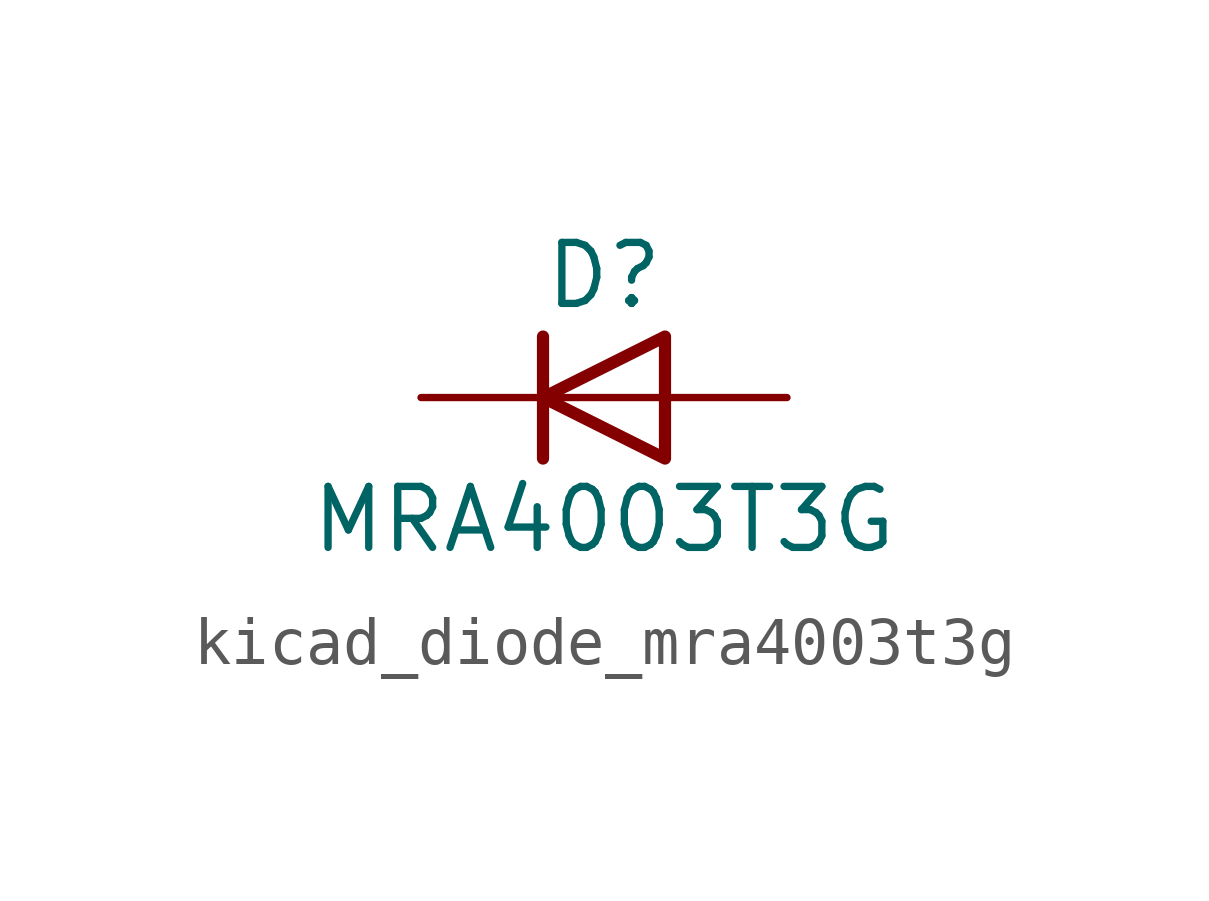
<source format=kicad_sym>
(kicad_symbol_lib
  (version 20220914)
  (generator kicad_symbol_editor)
  (symbol "kicad_diode_mra4003t3g"
    (pin_numbers hide)
    (pin_names hide)
    (property "Reference" "D"
      (at 0 2.54 0)
      (effects (font (size 1.27 1.27))))
    (property "Value" "MRA4003T3G"
      (at 0 -2.54 0)
      (effects (font (size 1.27 1.27))))
    (symbol "kicad_diode_mra4003t3g_0_1"
      (polyline (pts (xy -1.27 1.27) (xy -1.27 -1.27)) (stroke (width 0.254) (type default)) (fill (type none)))
      (polyline (pts (xy 1.27 0) (xy -1.27 0)) (stroke (width 0) (type default)) (fill (type none)))
      (polyline (pts (xy 1.27 1.27) (xy 1.27 -1.27) (xy -1.27 0) (xy 1.27 1.27)) (stroke (width 0.254) (type default)) (fill (type none))))
    (symbol "kicad_diode_mra4003t3g_1_1"
      (pin passive line (at -3.81 0 0) (length 2.54) (name "K" (effects (font (size 1.27 1.27)))) (number "1" (effects (font (size 1.27 1.27)))))
      (pin passive line (at 3.81 0 180) (length 2.54) (name "A" (effects (font (size 1.27 1.27)))) (number "2" (effects (font (size 1.27 1.27))))))))
</source>
